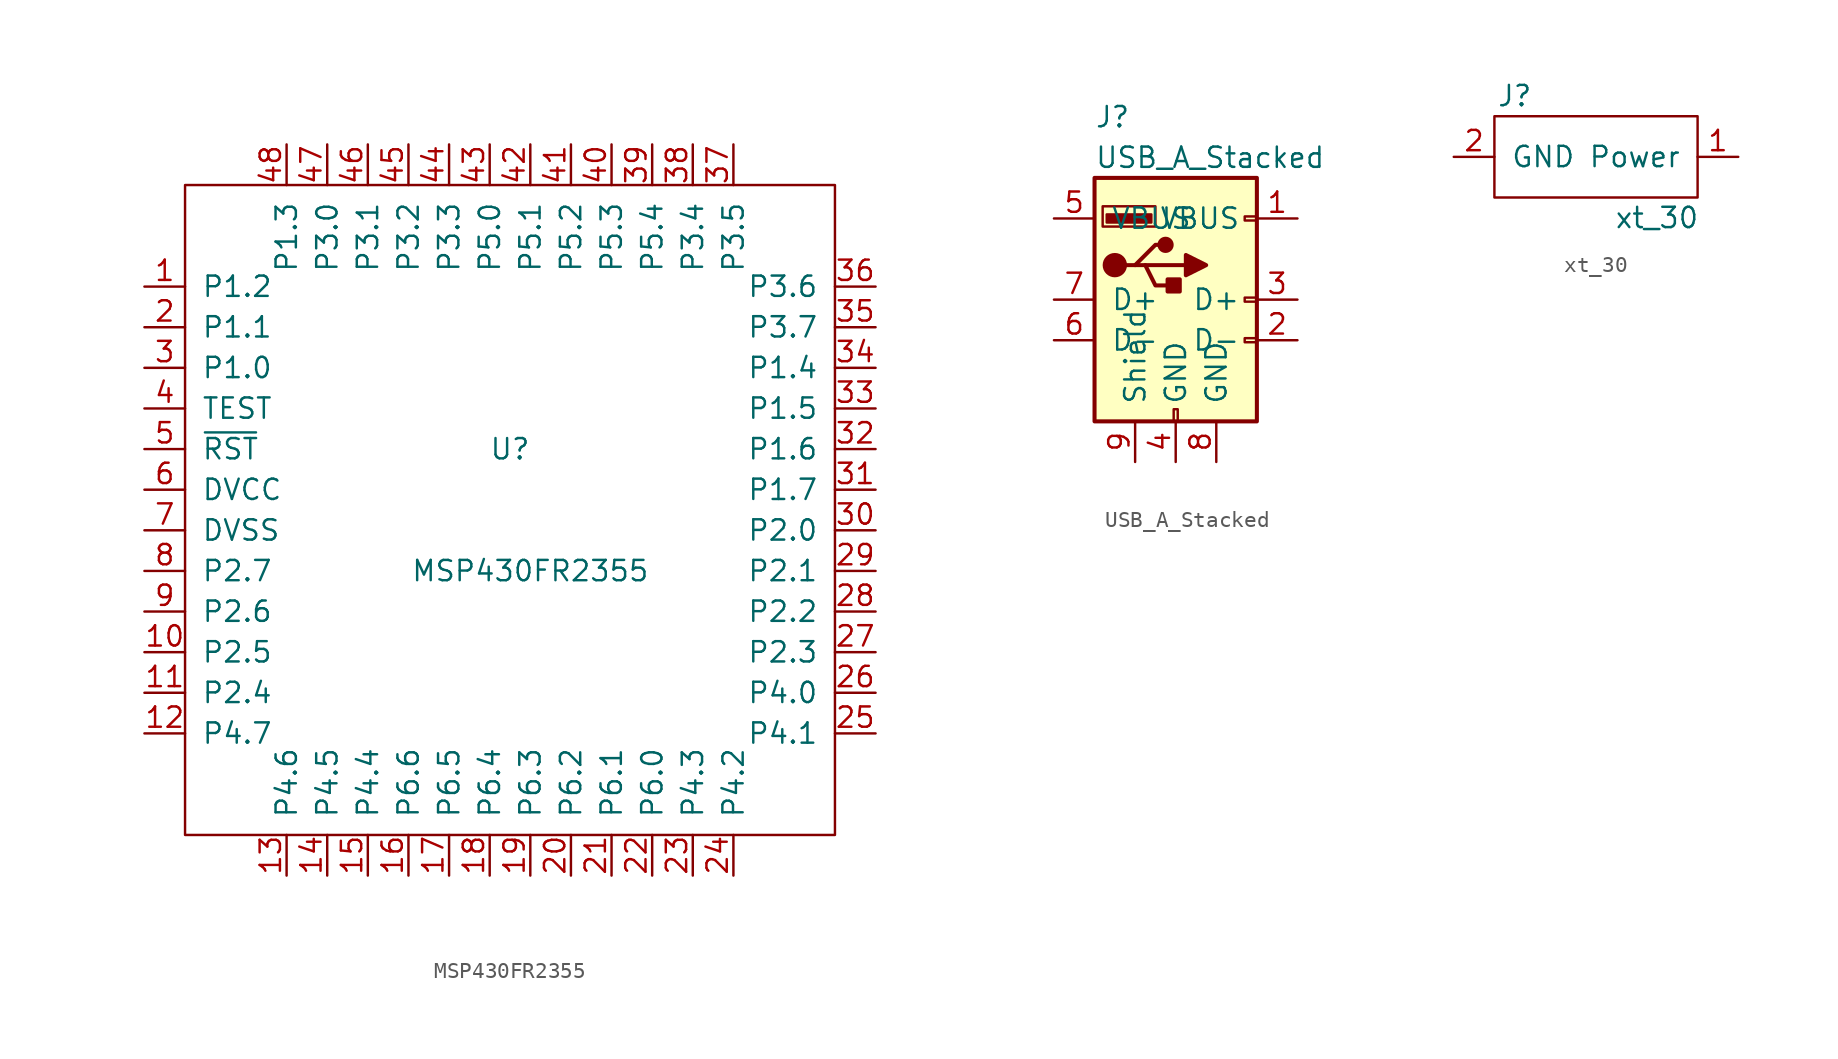
<source format=kicad_sym>
(kicad_symbol_lib
  (version 20211014)
  (generator kicad_symbol_editor)
  (symbol "MSP430FR2355"
    (pin_names
      (offset 1.016))
    (property "Reference" "U"
      (at 0 3.81 0)
      (effects (font (size 1.27 1.27))))
    (property "Value" "MSP430FR2355"
      (at 1.27 -3.81 0)
      (effects (font (size 1.27 1.27))))
    (symbol "MSP430FR2355_0_1"
      (rectangle (start -20.32 20.32) (end 20.32 -20.32) (stroke (width 0) (type default) (color 0 0 0 0)) (fill (type none))))
    (symbol "MSP430FR2355_1_1"
      (pin input line (at -22.86 13.97 0) (length 2.54) (name "P1.2" (effects (font (size 1.27 1.27)))) (number "1" (effects (font (size 1.27 1.27)))))
      (pin input line (at -22.86 -8.89 0) (length 2.54) (name "P2.5" (effects (font (size 1.27 1.27)))) (number "10" (effects (font (size 1.27 1.27)))))
      (pin input line (at -22.86 -11.43 0) (length 2.54) (name "P2.4" (effects (font (size 1.27 1.27)))) (number "11" (effects (font (size 1.27 1.27)))))
      (pin input line (at -22.86 -13.97 0) (length 2.54) (name "P4.7" (effects (font (size 1.27 1.27)))) (number "12" (effects (font (size 1.27 1.27)))))
      (pin input line (at -13.97 -22.86 90) (length 2.54) (name "P4.6" (effects (font (size 1.27 1.27)))) (number "13" (effects (font (size 1.27 1.27)))))
      (pin input line (at -11.43 -22.86 90) (length 2.54) (name "P4.5" (effects (font (size 1.27 1.27)))) (number "14" (effects (font (size 1.27 1.27)))))
      (pin input line (at -8.89 -22.86 90) (length 2.54) (name "P4.4" (effects (font (size 1.27 1.27)))) (number "15" (effects (font (size 1.27 1.27)))))
      (pin input line (at -6.35 -22.86 90) (length 2.54) (name "P6.6" (effects (font (size 1.27 1.27)))) (number "16" (effects (font (size 1.27 1.27)))))
      (pin input line (at -3.81 -22.86 90) (length 2.54) (name "P6.5" (effects (font (size 1.27 1.27)))) (number "17" (effects (font (size 1.27 1.27)))))
      (pin input line (at -1.27 -22.86 90) (length 2.54) (name "P6.4" (effects (font (size 1.27 1.27)))) (number "18" (effects (font (size 1.27 1.27)))))
      (pin input line (at 1.27 -22.86 90) (length 2.54) (name "P6.3" (effects (font (size 1.27 1.27)))) (number "19" (effects (font (size 1.27 1.27)))))
      (pin input line (at -22.86 11.43 0) (length 2.54) (name "P1.1" (effects (font (size 1.27 1.27)))) (number "2" (effects (font (size 1.27 1.27)))))
      (pin input line (at 3.81 -22.86 90) (length 2.54) (name "P6.2" (effects (font (size 1.27 1.27)))) (number "20" (effects (font (size 1.27 1.27)))))
      (pin input line (at 6.35 -22.86 90) (length 2.54) (name "P6.1" (effects (font (size 1.27 1.27)))) (number "21" (effects (font (size 1.27 1.27)))))
      (pin input line (at 8.89 -22.86 90) (length 2.54) (name "P6.0" (effects (font (size 1.27 1.27)))) (number "22" (effects (font (size 1.27 1.27)))))
      (pin input line (at 11.43 -22.86 90) (length 2.54) (name "P4.3" (effects (font (size 1.27 1.27)))) (number "23" (effects (font (size 1.27 1.27)))))
      (pin input line (at 13.97 -22.86 90) (length 2.54) (name "P4.2" (effects (font (size 1.27 1.27)))) (number "24" (effects (font (size 1.27 1.27)))))
      (pin input line (at 22.86 -13.97 180) (length 2.54) (name "P4.1" (effects (font (size 1.27 1.27)))) (number "25" (effects (font (size 1.27 1.27)))))
      (pin input line (at 22.86 -11.43 180) (length 2.54) (name "P4.0" (effects (font (size 1.27 1.27)))) (number "26" (effects (font (size 1.27 1.27)))))
      (pin input line (at 22.86 -8.89 180) (length 2.54) (name "P2.3" (effects (font (size 1.27 1.27)))) (number "27" (effects (font (size 1.27 1.27)))))
      (pin input line (at 22.86 -6.35 180) (length 2.54) (name "P2.2" (effects (font (size 1.27 1.27)))) (number "28" (effects (font (size 1.27 1.27)))))
      (pin input line (at 22.86 -3.81 180) (length 2.54) (name "P2.1" (effects (font (size 1.27 1.27)))) (number "29" (effects (font (size 1.27 1.27)))))
      (pin input line (at -22.86 8.89 0) (length 2.54) (name "P1.0" (effects (font (size 1.27 1.27)))) (number "3" (effects (font (size 1.27 1.27)))))
      (pin input line (at 22.86 -1.27 180) (length 2.54) (name "P2.0" (effects (font (size 1.27 1.27)))) (number "30" (effects (font (size 1.27 1.27)))))
      (pin input line (at 22.86 1.27 180) (length 2.54) (name "P1.7" (effects (font (size 1.27 1.27)))) (number "31" (effects (font (size 1.27 1.27)))))
      (pin input line (at 22.86 3.81 180) (length 2.54) (name "P1.6" (effects (font (size 1.27 1.27)))) (number "32" (effects (font (size 1.27 1.27)))))
      (pin input line (at 22.86 6.35 180) (length 2.54) (name "P1.5" (effects (font (size 1.27 1.27)))) (number "33" (effects (font (size 1.27 1.27)))))
      (pin input line (at 22.86 8.89 180) (length 2.54) (name "P1.4" (effects (font (size 1.27 1.27)))) (number "34" (effects (font (size 1.27 1.27)))))
      (pin input line (at 22.86 11.43 180) (length 2.54) (name "P3.7" (effects (font (size 1.27 1.27)))) (number "35" (effects (font (size 1.27 1.27)))))
      (pin input line (at 22.86 13.97 180) (length 2.54) (name "P3.6" (effects (font (size 1.27 1.27)))) (number "36" (effects (font (size 1.27 1.27)))))
      (pin input line (at 13.97 22.86 270) (length 2.54) (name "P3.5" (effects (font (size 1.27 1.27)))) (number "37" (effects (font (size 1.27 1.27)))))
      (pin input line (at 11.43 22.86 270) (length 2.54) (name "P3.4" (effects (font (size 1.27 1.27)))) (number "38" (effects (font (size 1.27 1.27)))))
      (pin input line (at 8.89 22.86 270) (length 2.54) (name "P5.4" (effects (font (size 1.27 1.27)))) (number "39" (effects (font (size 1.27 1.27)))))
      (pin input line (at -22.86 6.35 0) (length 2.54) (name "TEST" (effects (font (size 1.27 1.27)))) (number "4" (effects (font (size 1.27 1.27)))))
      (pin input line (at 6.35 22.86 270) (length 2.54) (name "P5.3" (effects (font (size 1.27 1.27)))) (number "40" (effects (font (size 1.27 1.27)))))
      (pin input line (at 3.81 22.86 270) (length 2.54) (name "P5.2" (effects (font (size 1.27 1.27)))) (number "41" (effects (font (size 1.27 1.27)))))
      (pin input line (at 1.27 22.86 270) (length 2.54) (name "P5.1" (effects (font (size 1.27 1.27)))) (number "42" (effects (font (size 1.27 1.27)))))
      (pin input line (at -1.27 22.86 270) (length 2.54) (name "P5.0" (effects (font (size 1.27 1.27)))) (number "43" (effects (font (size 1.27 1.27)))))
      (pin input line (at -3.81 22.86 270) (length 2.54) (name "P3.3" (effects (font (size 1.27 1.27)))) (number "44" (effects (font (size 1.27 1.27)))))
      (pin input line (at -6.35 22.86 270) (length 2.54) (name "P3.2" (effects (font (size 1.27 1.27)))) (number "45" (effects (font (size 1.27 1.27)))))
      (pin input line (at -8.89 22.86 270) (length 2.54) (name "P3.1" (effects (font (size 1.27 1.27)))) (number "46" (effects (font (size 1.27 1.27)))))
      (pin input line (at -11.43 22.86 270) (length 2.54) (name "P3.0" (effects (font (size 1.27 1.27)))) (number "47" (effects (font (size 1.27 1.27)))))
      (pin input line (at -13.97 22.86 270) (length 2.54) (name "P1.3" (effects (font (size 1.27 1.27)))) (number "48" (effects (font (size 1.27 1.27)))))
      (pin input line (at -22.86 3.81 0) (length 2.54) (name "~{RST}" (effects (font (size 1.27 1.27)))) (number "5" (effects (font (size 1.27 1.27)))))
      (pin input line (at -22.86 1.27 0) (length 2.54) (name "DVCC" (effects (font (size 1.27 1.27)))) (number "6" (effects (font (size 1.27 1.27)))))
      (pin input line (at -22.86 -1.27 0) (length 2.54) (name "DVSS" (effects (font (size 1.27 1.27)))) (number "7" (effects (font (size 1.27 1.27)))))
      (pin input line (at -22.86 -3.81 0) (length 2.54) (name "P2.7" (effects (font (size 1.27 1.27)))) (number "8" (effects (font (size 1.27 1.27)))))
      (pin input line (at -22.86 -6.35 0) (length 2.54) (name "P2.6" (effects (font (size 1.27 1.27)))) (number "9" (effects (font (size 1.27 1.27)))))))
  (symbol "USB_A_Stacked"
    (pin_names
      (offset 1.016))
    (property "Reference" "J"
      (at -5.08 11.43 0)
      (effects (font (size 1.27 1.27)) (justify left)))
    (property "Value" "USB_A_Stacked"
      (at -5.08 8.89 0)
      (effects (font (size 1.27 1.27)) (justify left)))
    (symbol "USB_A_Stacked_0_1"
      (rectangle (start -5.08 -7.62) (end 5.08 7.62) (stroke (width 0.254) (type default) (color 0 0 0 0)) (fill (type background)))
      (circle (center -3.81 2.159) (radius 0.635) (stroke (width 0.254) (type default) (color 0 0 0 0)) (fill (type outline)))
      (rectangle (start -1.524 4.826) (end -4.318 5.334) (stroke (width 0) (type default) (color 0 0 0 0)) (fill (type outline)))
      (rectangle (start -1.27 4.572) (end -4.572 5.842) (stroke (width 0) (type default) (color 0 0 0 0)) (fill (type none)))
      (circle (center -0.635 3.429) (radius 0.381) (stroke (width 0.254) (type default) (color 0 0 0 0)) (fill (type outline)))
      (rectangle (start -0.127 -7.62) (end 0.127 -6.858) (stroke (width 0) (type default) (color 0 0 0 0)) (fill (type none)))
      (polyline (pts (xy -3.175 2.159) (xy -2.54 2.159) (xy -1.27 3.429) (xy -0.635 3.429)) (stroke (width 0.254) (type default) (color 0 0 0 0)) (fill (type none)))
      (polyline (pts (xy -2.54 2.159) (xy -1.905 2.159) (xy -1.27 0.889) (xy 0 0.889)) (stroke (width 0.254) (type default) (color 0 0 0 0)) (fill (type none)))
      (polyline (pts (xy 0.635 2.794) (xy 0.635 1.524) (xy 1.905 2.159) (xy 0.635 2.794)) (stroke (width 0.254) (type default) (color 0 0 0 0)) (fill (type outline)))
      (rectangle (start 0.254 1.27) (end -0.508 0.508) (stroke (width 0.254) (type default) (color 0 0 0 0)) (fill (type outline)))
      (rectangle (start 5.08 -2.667) (end 4.318 -2.413) (stroke (width 0) (type default) (color 0 0 0 0)) (fill (type none)))
      (rectangle (start 5.08 -0.127) (end 4.318 0.127) (stroke (width 0) (type default) (color 0 0 0 0)) (fill (type none)))
      (rectangle (start 5.08 4.953) (end 4.318 5.207) (stroke (width 0) (type default) (color 0 0 0 0)) (fill (type none))))
    (symbol "USB_A_Stacked_1_1"
      (polyline (pts (xy -1.905 2.159) (xy 0.635 2.159)) (stroke (width 0.254) (type default) (color 0 0 0 0)) (fill (type none)))
      (pin power_in line (at 7.62 5.08 180) (length 2.54) (name "VBUS" (effects (font (size 1.27 1.27)))) (number "1" (effects (font (size 1.27 1.27)))))
      (pin bidirectional line (at 7.62 -2.54 180) (length 2.54) (name "D-" (effects (font (size 1.27 1.27)))) (number "2" (effects (font (size 1.27 1.27)))))
      (pin bidirectional line (at 7.62 0 180) (length 2.54) (name "D+" (effects (font (size 1.27 1.27)))) (number "3" (effects (font (size 1.27 1.27)))))
      (pin power_in line (at 0 -10.16 90) (length 2.54) (name "GND" (effects (font (size 1.27 1.27)))) (number "4" (effects (font (size 1.27 1.27)))))
      (pin power_in line (at -7.62 5.08 0) (length 2.54) (name "VBUS" (effects (font (size 1.27 1.27)))) (number "5" (effects (font (size 1.27 1.27)))))
      (pin bidirectional line (at -7.62 -2.54 0) (length 2.54) (name "D-" (effects (font (size 1.27 1.27)))) (number "6" (effects (font (size 1.27 1.27)))))
      (pin bidirectional line (at -7.62 0 0) (length 2.54) (name "D+" (effects (font (size 1.27 1.27)))) (number "7" (effects (font (size 1.27 1.27)))))
      (pin power_in line (at 2.54 -10.16 90) (length 2.54) (name "GND" (effects (font (size 1.27 1.27)))) (number "8" (effects (font (size 1.27 1.27)))))
      (pin passive line (at -2.54 -10.16 90) (length 2.54) (name "Shield" (effects (font (size 1.27 1.27)))) (number "9" (effects (font (size 1.27 1.27)))))))
  (symbol "xt_30"
    (pin_names
      (offset 1.016))
    (property "Reference" "J"
      (at -5.08 3.81 0)
      (effects (font (size 1.27 1.27))))
    (property "Value" "xt_30"
      (at 3.81 -3.81 0)
      (effects (font (size 1.27 1.27))))
    (symbol "xt_30_0_1"
      (rectangle (start -6.35 -2.54) (end 6.35 2.54) (stroke (width 0) (type default) (color 0 0 0 0)) (fill (type none))))
    (symbol "xt_30_1_1"
      (pin power_out line (at 8.89 0 180) (length 2.54) (name "Power" (effects (font (size 1.27 1.27)))) (number "1" (effects (font (size 1.27 1.27)))))
      (pin power_out line (at -8.89 0 0) (length 2.54) (name "GND" (effects (font (size 1.27 1.27)))) (number "2" (effects (font (size 1.27 1.27))))))))
</source>
